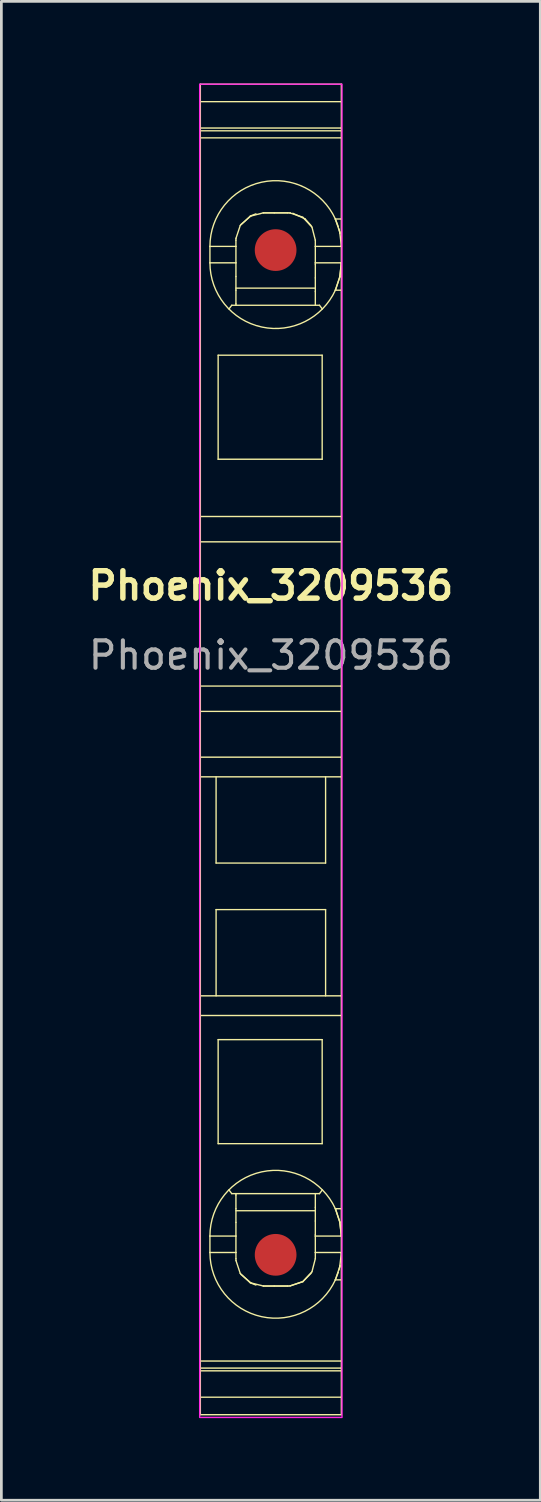
<source format=kicad_pcb>
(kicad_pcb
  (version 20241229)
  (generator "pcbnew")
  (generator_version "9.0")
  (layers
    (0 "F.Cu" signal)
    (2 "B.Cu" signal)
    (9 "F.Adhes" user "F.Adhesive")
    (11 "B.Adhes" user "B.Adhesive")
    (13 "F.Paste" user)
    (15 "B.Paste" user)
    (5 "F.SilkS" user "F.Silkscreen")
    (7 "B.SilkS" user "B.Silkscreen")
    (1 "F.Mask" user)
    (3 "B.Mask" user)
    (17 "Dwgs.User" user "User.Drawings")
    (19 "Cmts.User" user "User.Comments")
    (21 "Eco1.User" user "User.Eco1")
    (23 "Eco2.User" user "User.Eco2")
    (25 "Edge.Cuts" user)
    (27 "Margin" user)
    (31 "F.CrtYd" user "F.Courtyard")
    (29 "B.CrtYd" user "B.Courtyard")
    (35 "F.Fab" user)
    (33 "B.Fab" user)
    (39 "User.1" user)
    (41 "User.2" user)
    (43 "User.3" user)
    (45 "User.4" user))
  (footprint "Phoenix_3209536"
    (layer "F.Cu")
    (at 6.843 24.425)
    (property "Reference" "Phoenix_3209536" (at 0 -6.08 0) (unlocked yes) (layer "F.SilkS") (effects (font (size 1 1) (thickness 0.2) (bold yes))))
    (attr smd)
    (fp_line (start -2.575 -24.4) (end -2.575 -23.761) (stroke (width 0.05) (type solid)) (layer "F.SilkS"))
    (fp_line (start -2.575 -23.761) (end -2.575 -22.798) (stroke (width 0.05) (type solid)) (layer "F.SilkS"))
    (fp_line (start -2.575 -22.798) (end -2.575 -22.697) (stroke (width 0.05) (type solid)) (layer "F.SilkS"))
    (fp_line (start -2.575 -22.798) (end 2.575 -22.798) (stroke (width 0.05) (type solid)) (layer "F.SilkS"))
    (fp_line (start -2.575 -22.697) (end -2.575 -22.439) (stroke (width 0.05) (type solid)) (layer "F.SilkS"))
    (fp_line (start -2.575 -22.697) (end 2.575 -22.697) (stroke (width 0.05) (type solid)) (layer "F.SilkS"))
    (fp_line (start -2.575 -22.439) (end 2.575 -22.439) (stroke (width 0.05) (type solid)) (layer "F.SilkS"))
    (fp_line (start -2.575 -8.609) (end -2.575 -22.439) (stroke (width 0.05) (type solid)) (layer "F.SilkS"))
    (fp_line (start -2.575 -7.684) (end -2.575 -8.609) (stroke (width 0.05) (type solid)) (layer "F.SilkS"))
    (fp_line (start -2.575 -7.684) (end -2.575 -2.415) (stroke (width 0.05) (type solid)) (layer "F.SilkS"))
    (fp_line (start -2.575 -2.415) (end 2.575 -2.415) (stroke (width 0.05) (type solid)) (layer "F.SilkS"))
    (fp_line (start -2.575 -1.49) (end -2.575 -2.415) (stroke (width 0.05) (type solid)) (layer "F.SilkS"))
    (fp_line (start -2.575 -1.49) (end -2.575 0.182) (stroke (width 0.05) (type solid)) (layer "F.SilkS"))
    (fp_line (start -2.575 0.182) (end -2.575 0.9) (stroke (width 0.05) (type solid)) (layer "F.SilkS"))
    (fp_line (start -2.575 0.9) (end -2.575 8.9) (stroke (width 0.05) (type solid)) (layer "F.SilkS"))
    (fp_line (start -2.575 0.9) (end 2.575 0.9) (stroke (width 0.05) (type solid)) (layer "F.SilkS"))
    (fp_line (start -2.575 8.9) (end -2.575 9.618) (stroke (width 0.05) (type solid)) (layer "F.SilkS"))
    (fp_line (start -2.575 8.9) (end 2.575 8.9) (stroke (width 0.05) (type solid)) (layer "F.SilkS"))
    (fp_line (start -2.575 9.618) (end -2.575 22.24) (stroke (width 0.05) (type solid)) (layer "F.SilkS"))
    (fp_line (start -2.575 9.618) (end 2.575 9.618) (stroke (width 0.05) (type solid)) (layer "F.SilkS"))
    (fp_line (start -2.575 22.24) (end -2.575 22.498) (stroke (width 0.05) (type solid)) (layer "F.SilkS"))
    (fp_line (start -2.575 22.24) (end 2.575 22.24) (stroke (width 0.05) (type solid)) (layer "F.SilkS"))
    (fp_line (start -2.575 22.498) (end 2.575 22.498) (stroke (width 0.05) (type solid)) (layer "F.SilkS"))
    (fp_line (start -2.575 22.598) (end -2.575 22.498) (stroke (width 0.05) (type solid)) (layer "F.SilkS"))
    (fp_line (start -2.575 22.598) (end -2.575 23.561) (stroke (width 0.05) (type solid)) (layer "F.SilkS"))
    (fp_line (start -2.575 23.561) (end -2.575 24.2) (stroke (width 0.05) (type solid)) (layer "F.SilkS"))
    (fp_line (start -2.575 23.561) (end 2.575 23.561) (stroke (width 0.05) (type solid)) (layer "F.SilkS"))
    (fp_line (start -2.225 -18.475) (end -2.225 -17.875) (stroke (width 0.05) (type solid)) (layer "F.SilkS"))
    (fp_line (start -2.225 17.675) (end -2.225 18.275) (stroke (width 0.05) (type solid)) (layer "F.SilkS"))
    (fp_line (start -2 0.9) (end -2 4.05) (stroke (width 0.05) (type solid)) (layer "F.SilkS"))
    (fp_line (start -2 4.05) (end 2 4.05) (stroke (width 0.05) (type solid)) (layer "F.SilkS"))
    (fp_line (start -2 5.75) (end -2 8.9) (stroke (width 0.05) (type solid)) (layer "F.SilkS"))
    (fp_line (start -2 5.75) (end 2 5.75) (stroke (width 0.05) (type solid)) (layer "F.SilkS"))
    (fp_line (start -1.925 -14.5) (end -1.925 -10.7) (stroke (width 0.05) (type solid)) (layer "F.SilkS"))
    (fp_line (start -1.925 -14.5) (end 1.875 -14.5) (stroke (width 0.05) (type solid)) (layer "F.SilkS"))
    (fp_line (start -1.925 10.5) (end -1.925 14.3) (stroke (width 0.05) (type solid)) (layer "F.SilkS"))
    (fp_line (start -1.925 10.5) (end 1.875 10.5) (stroke (width 0.05) (type solid)) (layer "F.SilkS"))
    (fp_line (start -1.532 -16.187) (end -1.428 -16.325) (stroke (width 0.05) (type solid)) (layer "F.SilkS"))
    (fp_line (start -1.532 15.987) (end -1.428 16.125) (stroke (width 0.05) (type solid)) (layer "F.SilkS"))
    (fp_line (start -1.275 -18.475) (end -2.225 -18.475) (stroke (width 0.05) (type solid)) (layer "F.SilkS"))
    (fp_line (start -1.275 -18.475) (end -1.275 -18.7) (stroke (width 0.05) (type solid)) (layer "F.SilkS"))
    (fp_line (start -1.275 -17.875) (end -2.225 -17.875) (stroke (width 0.05) (type solid)) (layer "F.SilkS"))
    (fp_line (start -1.275 -17.875) (end -1.275 -18.475) (stroke (width 0.05) (type solid)) (layer "F.SilkS"))
    (fp_line (start -1.275 -17.875) (end -1.275 -17.375) (stroke (width 0.05) (type solid)) (layer "F.SilkS"))
    (fp_line (start -1.275 -17.375) (end -1.275 -16.875) (stroke (width 0.05) (type solid)) (layer "F.SilkS"))
    (fp_line (start -1.275 -16.875) (end -1.275 -16.375) (stroke (width 0.05) (type solid)) (layer "F.SilkS"))
    (fp_line (start -1.275 -16.375) (end -1.275 -16.325) (stroke (width 0.05) (type solid)) (layer "F.SilkS"))
    (fp_line (start -1.275 16.175) (end -1.275 16.125) (stroke (width 0.05) (type solid)) (layer "F.SilkS"))
    (fp_line (start -1.275 16.675) (end -1.275 16.175) (stroke (width 0.05) (type solid)) (layer "F.SilkS"))
    (fp_line (start -1.275 17.175) (end -1.275 16.675) (stroke (width 0.05) (type solid)) (layer "F.SilkS"))
    (fp_line (start -1.275 17.675) (end -2.225 17.675) (stroke (width 0.05) (type solid)) (layer "F.SilkS"))
    (fp_line (start -1.275 17.675) (end -1.275 17.175) (stroke (width 0.05) (type solid)) (layer "F.SilkS"))
    (fp_line (start -1.275 17.675) (end -1.275 18.275) (stroke (width 0.05) (type solid)) (layer "F.SilkS"))
    (fp_line (start -1.275 18.275) (end -2.225 18.275) (stroke (width 0.05) (type solid)) (layer "F.SilkS"))
    (fp_line (start -1.275 18.275) (end -1.275 18.5) (stroke (width 0.05) (type solid)) (layer "F.SilkS"))
    (fp_line (start -1.273 -18.77) (end -1.275 -18.7) (stroke (width 0.05) (type solid)) (layer "F.SilkS"))
    (fp_line (start -1.273 18.571) (end -1.275 18.5) (stroke (width 0.05) (type solid)) (layer "F.SilkS"))
    (fp_line (start -1.117 -19.24) (end -1.273 -18.77) (stroke (width 0.05) (type solid)) (layer "F.SilkS"))
    (fp_line (start -1.117 19.04) (end -1.273 18.571) (stroke (width 0.05) (type solid)) (layer "F.SilkS"))
    (fp_line (start -1.095 -19.273) (end -0.719 -19.596) (stroke (width 0.05) (type solid)) (layer "F.SilkS"))
    (fp_line (start -1.095 19.074) (end -0.719 19.396) (stroke (width 0.05) (type solid)) (layer "F.SilkS"))
    (fp_line (start -0.755 -19.577) (end -1.117 -19.24) (stroke (width 0.05) (type solid)) (layer "F.SilkS"))
    (fp_line (start -0.755 19.378) (end -1.117 19.04) (stroke (width 0.05) (type solid)) (layer "F.SilkS"))
    (fp_line (start -0.719 -19.596) (end -0.544 -19.663) (stroke (width 0.05) (type solid)) (layer "F.SilkS"))
    (fp_line (start -0.719 19.396) (end -0.544 19.463) (stroke (width 0.05) (type solid)) (layer "F.SilkS"))
    (fp_line (start -0.275 -19.7) (end -0.755 -19.577) (stroke (width 0.05) (type solid)) (layer "F.SilkS"))
    (fp_line (start -0.275 -19.7) (end 0.625 -19.7) (stroke (width 0.05) (type solid)) (layer "F.SilkS"))
    (fp_line (start -0.275 19.5) (end -0.755 19.378) (stroke (width 0.05) (type solid)) (layer "F.SilkS"))
    (fp_line (start -0.275 19.5) (end 0.625 19.5) (stroke (width 0.05) (type solid)) (layer "F.SilkS"))
    (fp_line (start 0.125 -19.7) (end -0.275 -19.7) (stroke (width 0.05) (type solid)) (layer "F.SilkS"))
    (fp_line (start 0.125 19.5) (end -0.275 19.5) (stroke (width 0.05) (type solid)) (layer "F.SilkS"))
    (fp_line (start 0.625 -19.7) (end 0.125 -19.7) (stroke (width 0.05) (type solid)) (layer "F.SilkS"))
    (fp_line (start 0.625 19.5) (end 0.125 19.5) (stroke (width 0.05) (type solid)) (layer "F.SilkS"))
    (fp_line (start 0.695 -19.697) (end 0.625 -19.7) (stroke (width 0.05) (type solid)) (layer "F.SilkS"))
    (fp_line (start 0.695 19.497) (end 0.625 19.5) (stroke (width 0.05) (type solid)) (layer "F.SilkS"))
    (fp_line (start 0.704 -19.696) (end 0.713 -19.696) (stroke (width 0.05) (type solid)) (layer "F.SilkS"))
    (fp_line (start 0.704 19.497) (end 1.172 19.337) (stroke (width 0.05) (type solid)) (layer "F.SilkS"))
    (fp_line (start 0.803 -19.684) (end 1.253 -19.478) (stroke (width 0.05) (type solid)) (layer "F.SilkS"))
    (fp_line (start 1.165 -19.541) (end 0.695 -19.697) (stroke (width 0.05) (type solid)) (layer "F.SilkS"))
    (fp_line (start 1.165 19.341) (end 0.695 19.497) (stroke (width 0.05) (type solid)) (layer "F.SilkS"))
    (fp_line (start 1.172 19.337) (end 1.472 19.031) (stroke (width 0.05) (type solid)) (layer "F.SilkS"))
    (fp_line (start 1.253 -19.478) (end 1.472 -19.23) (stroke (width 0.05) (type solid)) (layer "F.SilkS"))
    (fp_line (start 1.502 -19.179) (end 1.165 -19.541) (stroke (width 0.05) (type solid)) (layer "F.SilkS"))
    (fp_line (start 1.502 18.979) (end 1.165 19.341) (stroke (width 0.05) (type solid)) (layer "F.SilkS"))
    (fp_line (start 1.625 -18.7) (end 1.502 -19.179) (stroke (width 0.05) (type solid)) (layer "F.SilkS"))
    (fp_line (start 1.625 -18.475) (end 1.625 -18.7) (stroke (width 0.05) (type solid)) (layer "F.SilkS"))
    (fp_line (start 1.625 -18.475) (end 2.575 -18.475) (stroke (width 0.05) (type solid)) (layer "F.SilkS"))
    (fp_line (start 1.625 -17.875) (end 1.625 -18.475) (stroke (width 0.05) (type solid)) (layer "F.SilkS"))
    (fp_line (start 1.625 -17.875) (end 2.575 -17.875) (stroke (width 0.05) (type solid)) (layer "F.SilkS"))
    (fp_line (start 1.625 -17.825) (end 1.625 -17.875) (stroke (width 0.05) (type solid)) (layer "F.SilkS"))
    (fp_line (start 1.625 -17.325) (end 1.625 -17.825) (stroke (width 0.05) (type solid)) (layer "F.SilkS"))
    (fp_line (start 1.625 -16.95) (end -1.275 -16.95) (stroke (width 0.05) (type solid)) (layer "F.SilkS"))
    (fp_line (start 1.625 -16.825) (end 1.625 -17.325) (stroke (width 0.05) (type solid)) (layer "F.SilkS"))
    (fp_line (start 1.625 -16.325) (end 1.625 -16.825) (stroke (width 0.05) (type solid)) (layer "F.SilkS"))
    (fp_line (start 1.625 16.125) (end 1.625 16.625) (stroke (width 0.05) (type solid)) (layer "F.SilkS"))
    (fp_line (start 1.625 16.625) (end 1.625 17.125) (stroke (width 0.05) (type solid)) (layer "F.SilkS"))
    (fp_line (start 1.625 16.75) (end -1.275 16.75) (stroke (width 0.05) (type solid)) (layer "F.SilkS"))
    (fp_line (start 1.625 17.125) (end 1.625 17.625) (stroke (width 0.05) (type solid)) (layer "F.SilkS"))
    (fp_line (start 1.625 17.625) (end 1.625 17.675) (stroke (width 0.05) (type solid)) (layer "F.SilkS"))
    (fp_line (start 1.625 17.675) (end 1.625 18.275) (stroke (width 0.05) (type solid)) (layer "F.SilkS"))
    (fp_line (start 1.625 17.675) (end 2.575 17.675) (stroke (width 0.05) (type solid)) (layer "F.SilkS"))
    (fp_line (start 1.625 18.275) (end 1.625 18.5) (stroke (width 0.05) (type solid)) (layer "F.SilkS"))
    (fp_line (start 1.625 18.275) (end 2.575 18.275) (stroke (width 0.05) (type solid)) (layer "F.SilkS"))
    (fp_line (start 1.625 18.5) (end 1.502 18.979) (stroke (width 0.05) (type solid)) (layer "F.SilkS"))
    (fp_line (start 1.777 -16.325) (end -1.428 -16.325) (stroke (width 0.05) (type solid)) (layer "F.SilkS"))
    (fp_line (start 1.777 16.125) (end -1.428 16.125) (stroke (width 0.05) (type solid)) (layer "F.SilkS"))
    (fp_line (start 1.875 -14.5) (end 1.875 -10.7) (stroke (width 0.05) (type solid)) (layer "F.SilkS"))
    (fp_line (start 1.875 -10.7) (end -1.925 -10.7) (stroke (width 0.05) (type solid)) (layer "F.SilkS"))
    (fp_line (start 1.875 10.5) (end 1.875 14.3) (stroke (width 0.05) (type solid)) (layer "F.SilkS"))
    (fp_line (start 1.875 14.3) (end -1.925 14.3) (stroke (width 0.05) (type solid)) (layer "F.SilkS"))
    (fp_line (start 1.881 -16.187) (end 1.777 -16.325) (stroke (width 0.05) (type solid)) (layer "F.SilkS"))
    (fp_line (start 1.881 15.987) (end 1.777 16.125) (stroke (width 0.05) (type solid)) (layer "F.SilkS"))
    (fp_line (start 2 0.9) (end 2 4.05) (stroke (width 0.05) (type solid)) (layer "F.SilkS"))
    (fp_line (start 2 5.75) (end 2 8.9) (stroke (width 0.05) (type solid)) (layer "F.SilkS"))
    (fp_line (start 2.356 -19.475) (end 2.516 -19.002) (stroke (width 0.05) (type solid)) (layer "F.SilkS"))
    (fp_line (start 2.356 -16.875) (end 2.516 -17.347) (stroke (width 0.05) (type solid)) (layer "F.SilkS"))
    (fp_line (start 2.356 -16.875) (end 2.575 -16.875) (stroke (width 0.05) (type solid)) (layer "F.SilkS"))
    (fp_line (start 2.356 16.675) (end 2.516 17.148) (stroke (width 0.05) (type solid)) (layer "F.SilkS"))
    (fp_line (start 2.356 19.275) (end 2.516 18.802) (stroke (width 0.05) (type solid)) (layer "F.SilkS"))
    (fp_line (start 2.356 19.275) (end 2.575 19.275) (stroke (width 0.05) (type solid)) (layer "F.SilkS"))
    (fp_line (start 2.369 -16.903) (end 2.356 -16.875) (stroke (width 0.05) (type solid)) (layer "F.SilkS"))
    (fp_line (start 2.369 16.704) (end 2.356 16.675) (stroke (width 0.05) (type solid)) (layer "F.SilkS"))
    (fp_line (start 2.464 -19.195) (end 2.356 -19.475) (stroke (width 0.05) (type solid)) (layer "F.SilkS"))
    (fp_line (start 2.464 18.995) (end 2.356 19.275) (stroke (width 0.05) (type solid)) (layer "F.SilkS"))
    (fp_line (start 2.516 -19.002) (end 2.574 -18.506) (stroke (width 0.05) (type solid)) (layer "F.SilkS"))
    (fp_line (start 2.516 -17.347) (end 2.574 -17.843) (stroke (width 0.05) (type solid)) (layer "F.SilkS"))
    (fp_line (start 2.516 17.148) (end 2.574 17.643) (stroke (width 0.05) (type solid)) (layer "F.SilkS"))
    (fp_line (start 2.516 18.802) (end 2.574 18.306) (stroke (width 0.05) (type solid)) (layer "F.SilkS"))
    (fp_line (start 2.523 -17.378) (end 2.369 -16.903) (stroke (width 0.05) (type solid)) (layer "F.SilkS"))
    (fp_line (start 2.523 17.179) (end 2.369 16.704) (stroke (width 0.05) (type solid)) (layer "F.SilkS"))
    (fp_line (start 2.527 -18.948) (end 2.489 -19.11) (stroke (width 0.05) (type solid)) (layer "F.SilkS"))
    (fp_line (start 2.527 18.748) (end 2.489 18.91) (stroke (width 0.05) (type solid)) (layer "F.SilkS"))
    (fp_line (start 2.574 -18.506) (end 2.575 -18.475) (stroke (width 0.05) (type solid)) (layer "F.SilkS"))
    (fp_line (start 2.574 -17.843) (end 2.575 -17.875) (stroke (width 0.05) (type solid)) (layer "F.SilkS"))
    (fp_line (start 2.574 17.643) (end 2.575 17.675) (stroke (width 0.05) (type solid)) (layer "F.SilkS"))
    (fp_line (start 2.574 18.306) (end 2.575 18.275) (stroke (width 0.05) (type solid)) (layer "F.SilkS"))
    (fp_line (start 2.575 -24.4) (end -2.575 -24.4) (stroke (width 0.05) (type solid)) (layer "F.SilkS"))
    (fp_line (start 2.575 -24.4) (end 2.575 -23.761) (stroke (width 0.05) (type solid)) (layer "F.SilkS"))
    (fp_line (start 2.575 -23.761) (end -2.575 -23.761) (stroke (width 0.05) (type solid)) (layer "F.SilkS"))
    (fp_line (start 2.575 -23.761) (end 2.575 -22.798) (stroke (width 0.05) (type solid)) (layer "F.SilkS"))
    (fp_line (start 2.575 -22.798) (end 2.575 -22.697) (stroke (width 0.05) (type solid)) (layer "F.SilkS"))
    (fp_line (start 2.575 -22.697) (end 2.575 -22.439) (stroke (width 0.05) (type solid)) (layer "F.SilkS"))
    (fp_line (start 2.575 -19.475) (end 2.356 -19.475) (stroke (width 0.05) (type solid)) (layer "F.SilkS"))
    (fp_line (start 2.575 -19.475) (end 2.575 -22.439) (stroke (width 0.05) (type solid)) (layer "F.SilkS"))
    (fp_line (start 2.575 -19.475) (end 2.575 -18.975) (stroke (width 0.05) (type solid)) (layer "F.SilkS"))
    (fp_line (start 2.575 -18.975) (end 2.575 -18.475) (stroke (width 0.05) (type solid)) (layer "F.SilkS"))
    (fp_line (start 2.575 -17.875) (end 2.523 -17.378) (stroke (width 0.05) (type solid)) (layer "F.SilkS"))
    (fp_line (start 2.575 -17.875) (end 2.575 -18.475) (stroke (width 0.05) (type solid)) (layer "F.SilkS"))
    (fp_line (start 2.575 -17.875) (end 2.575 -17.375) (stroke (width 0.05) (type solid)) (layer "F.SilkS"))
    (fp_line (start 2.575 -17.375) (end 2.575 -16.875) (stroke (width 0.05) (type solid)) (layer "F.SilkS"))
    (fp_line (start 2.575 -8.609) (end -2.575 -8.609) (stroke (width 0.05) (type solid)) (layer "F.SilkS"))
    (fp_line (start 2.575 -8.609) (end 2.575 -16.875) (stroke (width 0.05) (type solid)) (layer "F.SilkS"))
    (fp_line (start 2.575 -7.684) (end -2.575 -7.684) (stroke (width 0.05) (type solid)) (layer "F.SilkS"))
    (fp_line (start 2.575 -7.684) (end 2.575 -8.609) (stroke (width 0.05) (type solid)) (layer "F.SilkS"))
    (fp_line (start 2.575 -7.684) (end 2.575 -2.415) (stroke (width 0.05) (type solid)) (layer "F.SilkS"))
    (fp_line (start 2.575 -1.49) (end -2.575 -1.49) (stroke (width 0.05) (type solid)) (layer "F.SilkS"))
    (fp_line (start 2.575 -1.49) (end 2.575 -2.415) (stroke (width 0.05) (type solid)) (layer "F.SilkS"))
    (fp_line (start 2.575 -1.49) (end 2.575 0.182) (stroke (width 0.05) (type solid)) (layer "F.SilkS"))
    (fp_line (start 2.575 0.182) (end -2.575 0.182) (stroke (width 0.05) (type solid)) (layer "F.SilkS"))
    (fp_line (start 2.575 0.182) (end 2.575 0.9) (stroke (width 0.05) (type solid)) (layer "F.SilkS"))
    (fp_line (start 2.575 0.9) (end 2.575 8.9) (stroke (width 0.05) (type solid)) (layer "F.SilkS"))
    (fp_line (start 2.575 8.9) (end 2.575 9.618) (stroke (width 0.05) (type solid)) (layer "F.SilkS"))
    (fp_line (start 2.575 9.618) (end 2.575 16.675) (stroke (width 0.05) (type solid)) (layer "F.SilkS"))
    (fp_line (start 2.575 16.675) (end 2.356 16.675) (stroke (width 0.05) (type solid)) (layer "F.SilkS"))
    (fp_line (start 2.575 17.175) (end 2.575 16.675) (stroke (width 0.05) (type solid)) (layer "F.SilkS"))
    (fp_line (start 2.575 17.675) (end 2.523 17.179) (stroke (width 0.05) (type solid)) (layer "F.SilkS"))
    (fp_line (start 2.575 17.675) (end 2.575 17.175) (stroke (width 0.05) (type solid)) (layer "F.SilkS"))
    (fp_line (start 2.575 17.675) (end 2.575 18.275) (stroke (width 0.05) (type solid)) (layer "F.SilkS"))
    (fp_line (start 2.575 18.775) (end 2.575 18.275) (stroke (width 0.05) (type solid)) (layer "F.SilkS"))
    (fp_line (start 2.575 19.275) (end 2.575 18.775) (stroke (width 0.05) (type solid)) (layer "F.SilkS"))
    (fp_line (start 2.575 19.275) (end 2.575 22.24) (stroke (width 0.05) (type solid)) (layer "F.SilkS"))
    (fp_line (start 2.575 22.24) (end 2.575 22.498) (stroke (width 0.05) (type solid)) (layer "F.SilkS"))
    (fp_line (start 2.575 22.598) (end -2.575 22.598) (stroke (width 0.05) (type solid)) (layer "F.SilkS"))
    (fp_line (start 2.575 22.598) (end 2.575 22.498) (stroke (width 0.05) (type solid)) (layer "F.SilkS"))
    (fp_line (start 2.575 22.598) (end 2.575 23.561) (stroke (width 0.05) (type solid)) (layer "F.SilkS"))
    (fp_line (start 2.575 23.561) (end 2.575 24.2) (stroke (width 0.05) (type solid)) (layer "F.SilkS"))
    (fp_line (start 2.575 24.2) (end -2.575 24.2) (stroke (width 0.05) (type solid)) (layer "F.SilkS"))
    (fp_arc (start -2.225 -18.4754) (mid -0.33677 -20.820201) (end 2.356743 -19.475399) (stroke (width 0.05) (type solid)) (layer "F.SilkS"))
    (fp_arc (start -2.225 17.675) (mid -0.33677 15.330199) (end 2.356743 16.675001) (stroke (width 0.05) (type solid)) (layer "F.SilkS"))
    (fp_arc (start 2.356743 -16.875401) (mid -0.33677 -15.530599) (end -2.225 -17.8754) (stroke (width 0.05) (type solid)) (layer "F.SilkS"))
    (fp_arc (start 2.356743 19.274999) (mid -0.33677 20.619801) (end -2.225 18.275) (stroke (width 0.05) (type solid)) (layer "F.SilkS"))
    (fp_rect (start -2.6 -24.4) (end 2.6 24.3) (stroke (width 0.05) (type solid)) (fill no) (layer "F.CrtYd"))
    (fp_text user "${REFERENCE}" (at 0 -3.54 0) (unlocked yes) (layer "F.Fab") (effects (font (size 1 1) (thickness 0.15))))
    (pad "1" smd circle (at 0.175 18.36) (size 1.524 1.524) (layers "F.Cu" "F.Mask" "F.Paste"))
    (pad "2" smd circle (at 0.175 -18.34) (size 1.524 1.524) (layers "F.Cu" "F.Mask" "F.Paste")))
  (gr_rect
    (start -3 -3)
    (end 16.686 51.75)
    (stroke (width 0.1) (type default))
    (fill no)
    (layer "Edge.Cuts")))
</source>
